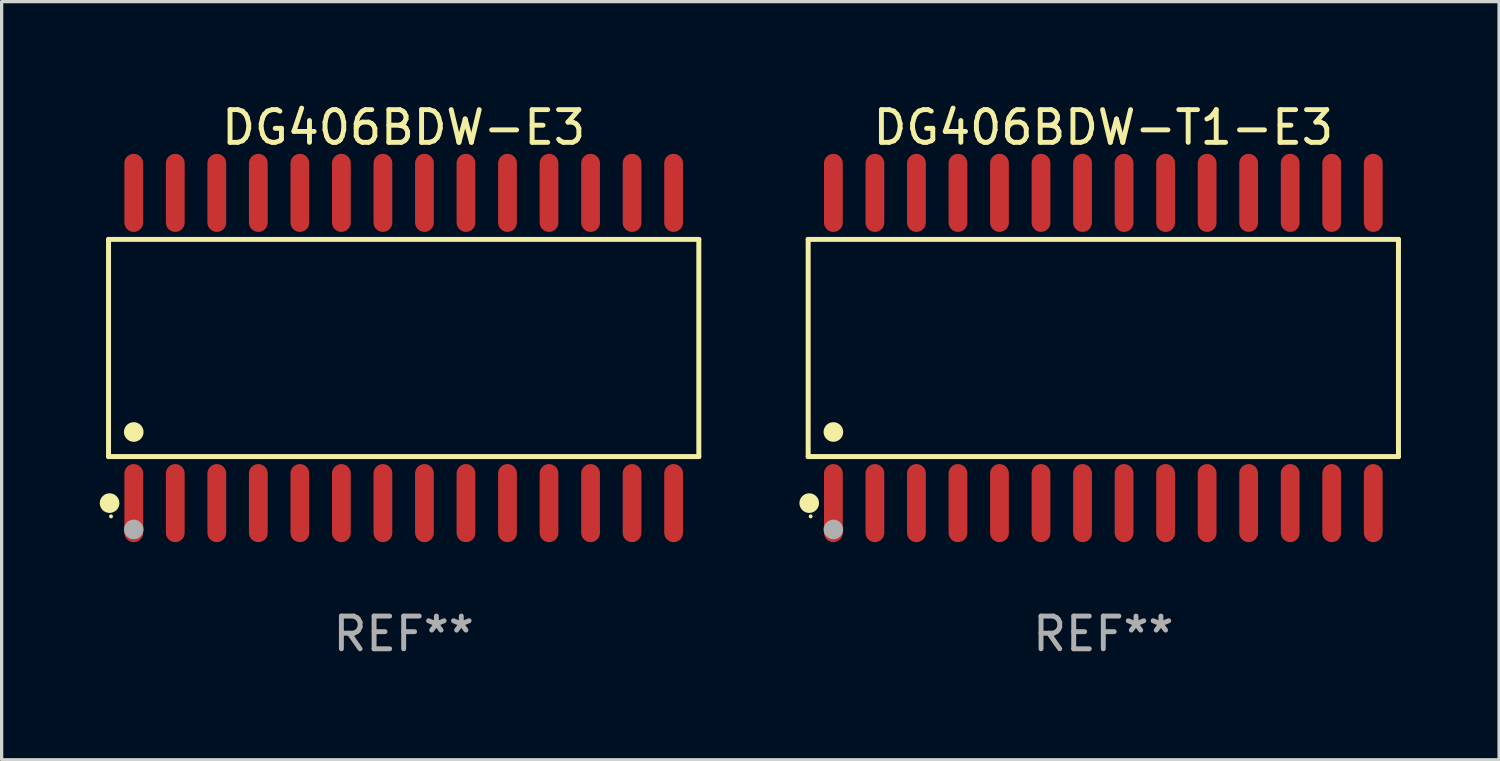
<source format=kicad_pcb>
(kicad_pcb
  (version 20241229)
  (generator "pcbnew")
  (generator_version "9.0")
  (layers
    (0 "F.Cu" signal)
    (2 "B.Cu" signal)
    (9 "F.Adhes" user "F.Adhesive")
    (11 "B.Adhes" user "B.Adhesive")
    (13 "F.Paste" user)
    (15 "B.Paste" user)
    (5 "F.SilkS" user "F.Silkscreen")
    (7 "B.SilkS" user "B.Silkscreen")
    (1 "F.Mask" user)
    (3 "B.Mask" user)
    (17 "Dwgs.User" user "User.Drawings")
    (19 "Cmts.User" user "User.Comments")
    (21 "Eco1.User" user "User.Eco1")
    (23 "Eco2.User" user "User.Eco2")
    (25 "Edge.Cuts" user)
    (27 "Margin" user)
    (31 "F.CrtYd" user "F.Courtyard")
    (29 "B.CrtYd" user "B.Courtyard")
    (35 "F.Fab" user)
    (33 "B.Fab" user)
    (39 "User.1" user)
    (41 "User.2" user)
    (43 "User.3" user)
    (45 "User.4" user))
  (footprint "DG406BDW-T1-E3"
    (layer "F.Cu")
    (at 30.691 7.592)
    (property "Reference" "DG406BDW-T1-E3" (at 0 -6.744 0) (layer "F.SilkS") (effects (font (size 1 1) (thickness 0.15))))
    (attr through_hole)
    (fp_line (start -9.026 -3.321) (end 9.026 -3.321) (stroke (width 0.152) (type solid)) (layer "F.SilkS"))
    (fp_line (start -9.026 3.321) (end -9.026 -3.321) (stroke (width 0.152) (type solid)) (layer "F.SilkS"))
    (fp_line (start 9.026 -3.321) (end 9.026 3.321) (stroke (width 0.152) (type solid)) (layer "F.SilkS"))
    (fp_line (start 9.026 3.321) (end -9.026 3.321) (stroke (width 0.152) (type solid)) (layer "F.SilkS"))
    (fp_circle (center -8.994 4.744) (end -8.844 4.744) (stroke (width 0.3) (type solid)) (fill no) (layer "F.SilkS"))
    (fp_circle (center -8.95 5.15) (end -8.92 5.15) (stroke (width 0.06) (type solid)) (fill no) (layer "F.SilkS"))
    (fp_circle (center -8.255 2.569) (end -8.105 2.569) (stroke (width 0.3) (type solid)) (fill no) (layer "F.SilkS"))
    (fp_circle (center -8.255 5.55) (end -8.105 5.55) (stroke (width 0.3) (type solid)) (fill no) (layer "F.Fab"))
    (fp_text user "REF**" (at 0 8.744 0) (layer "F.Fab") (effects (font (size 1 1) (thickness 0.15))))
    (pad "1" smd oval (at -8.255 4.744) (size 0.574 2.388) (layers "F.Cu" "F.Mask" "F.Paste"))
    (pad "2" smd oval (at -6.985 4.744) (size 0.574 2.388) (layers "F.Cu" "F.Mask" "F.Paste"))
    (pad "3" smd oval (at -5.715 4.744) (size 0.574 2.388) (layers "F.Cu" "F.Mask" "F.Paste"))
    (pad "4" smd oval (at -4.445 4.744) (size 0.574 2.388) (layers "F.Cu" "F.Mask" "F.Paste"))
    (pad "5" smd oval (at -3.175 4.744) (size 0.574 2.388) (layers "F.Cu" "F.Mask" "F.Paste"))
    (pad "6" smd oval (at -1.905 4.744) (size 0.574 2.388) (layers "F.Cu" "F.Mask" "F.Paste"))
    (pad "7" smd oval (at -0.635 4.744) (size 0.574 2.388) (layers "F.Cu" "F.Mask" "F.Paste"))
    (pad "8" smd oval (at 0.635 4.744) (size 0.574 2.388) (layers "F.Cu" "F.Mask" "F.Paste"))
    (pad "9" smd oval (at 1.905 4.744) (size 0.574 2.388) (layers "F.Cu" "F.Mask" "F.Paste"))
    (pad "10" smd oval (at 3.175 4.744) (size 0.574 2.388) (layers "F.Cu" "F.Mask" "F.Paste"))
    (pad "11" smd oval (at 4.445 4.744) (size 0.574 2.388) (layers "F.Cu" "F.Mask" "F.Paste"))
    (pad "12" smd oval (at 5.715 4.744) (size 0.574 2.388) (layers "F.Cu" "F.Mask" "F.Paste"))
    (pad "13" smd oval (at 6.985 4.744) (size 0.574 2.388) (layers "F.Cu" "F.Mask" "F.Paste"))
    (pad "14" smd oval (at 8.255 4.744) (size 0.574 2.388) (layers "F.Cu" "F.Mask" "F.Paste"))
    (pad "15" smd oval (at 8.255 -4.744) (size 0.574 2.388) (layers "F.Cu" "F.Mask" "F.Paste"))
    (pad "16" smd oval (at 6.985 -4.744) (size 0.574 2.388) (layers "F.Cu" "F.Mask" "F.Paste"))
    (pad "17" smd oval (at 5.715 -4.744) (size 0.574 2.388) (layers "F.Cu" "F.Mask" "F.Paste"))
    (pad "18" smd oval (at 4.445 -4.744) (size 0.574 2.388) (layers "F.Cu" "F.Mask" "F.Paste"))
    (pad "19" smd oval (at 3.175 -4.744) (size 0.574 2.388) (layers "F.Cu" "F.Mask" "F.Paste"))
    (pad "20" smd oval (at 1.905 -4.744) (size 0.574 2.388) (layers "F.Cu" "F.Mask" "F.Paste"))
    (pad "21" smd oval (at 0.635 -4.744) (size 0.574 2.388) (layers "F.Cu" "F.Mask" "F.Paste"))
    (pad "22" smd oval (at -0.635 -4.744) (size 0.574 2.388) (layers "F.Cu" "F.Mask" "F.Paste"))
    (pad "23" smd oval (at -1.905 -4.744) (size 0.574 2.388) (layers "F.Cu" "F.Mask" "F.Paste"))
    (pad "24" smd oval (at -3.175 -4.744) (size 0.574 2.388) (layers "F.Cu" "F.Mask" "F.Paste"))
    (pad "25" smd oval (at -4.445 -4.744) (size 0.574 2.388) (layers "F.Cu" "F.Mask" "F.Paste"))
    (pad "26" smd oval (at -5.715 -4.744) (size 0.574 2.388) (layers "F.Cu" "F.Mask" "F.Paste"))
    (pad "27" smd oval (at -6.985 -4.744) (size 0.574 2.388) (layers "F.Cu" "F.Mask" "F.Paste"))
    (pad "28" smd oval (at -8.255 -4.744) (size 0.574 2.388) (layers "F.Cu" "F.Mask" "F.Paste")))
  (footprint "DG406BDW-E3"
    (layer "F.Cu")
    (at 9.295 7.592)
    (property "Reference" "DG406BDW-E3" (at 0 -6.744 0) (layer "F.SilkS") (effects (font (size 1 1) (thickness 0.15))))
    (attr through_hole)
    (fp_line (start -9.026 -3.321) (end 9.026 -3.321) (stroke (width 0.152) (type solid)) (layer "F.SilkS"))
    (fp_line (start -9.026 3.321) (end -9.026 -3.321) (stroke (width 0.152) (type solid)) (layer "F.SilkS"))
    (fp_line (start 9.026 -3.321) (end 9.026 3.321) (stroke (width 0.152) (type solid)) (layer "F.SilkS"))
    (fp_line (start 9.026 3.321) (end -9.026 3.321) (stroke (width 0.152) (type solid)) (layer "F.SilkS"))
    (fp_circle (center -8.994 4.744) (end -8.844 4.744) (stroke (width 0.3) (type solid)) (fill no) (layer "F.SilkS"))
    (fp_circle (center -8.95 5.15) (end -8.92 5.15) (stroke (width 0.06) (type solid)) (fill no) (layer "F.SilkS"))
    (fp_circle (center -8.255 2.569) (end -8.105 2.569) (stroke (width 0.3) (type solid)) (fill no) (layer "F.SilkS"))
    (fp_circle (center -8.255 5.55) (end -8.105 5.55) (stroke (width 0.3) (type solid)) (fill no) (layer "F.Fab"))
    (fp_text user "REF**" (at 0 8.744 0) (layer "F.Fab") (effects (font (size 1 1) (thickness 0.15))))
    (pad "1" smd oval (at -8.255 4.744) (size 0.574 2.388) (layers "F.Cu" "F.Mask" "F.Paste"))
    (pad "2" smd oval (at -6.985 4.744) (size 0.574 2.388) (layers "F.Cu" "F.Mask" "F.Paste"))
    (pad "3" smd oval (at -5.715 4.744) (size 0.574 2.388) (layers "F.Cu" "F.Mask" "F.Paste"))
    (pad "4" smd oval (at -4.445 4.744) (size 0.574 2.388) (layers "F.Cu" "F.Mask" "F.Paste"))
    (pad "5" smd oval (at -3.175 4.744) (size 0.574 2.388) (layers "F.Cu" "F.Mask" "F.Paste"))
    (pad "6" smd oval (at -1.905 4.744) (size 0.574 2.388) (layers "F.Cu" "F.Mask" "F.Paste"))
    (pad "7" smd oval (at -0.635 4.744) (size 0.574 2.388) (layers "F.Cu" "F.Mask" "F.Paste"))
    (pad "8" smd oval (at 0.635 4.744) (size 0.574 2.388) (layers "F.Cu" "F.Mask" "F.Paste"))
    (pad "9" smd oval (at 1.905 4.744) (size 0.574 2.388) (layers "F.Cu" "F.Mask" "F.Paste"))
    (pad "10" smd oval (at 3.175 4.744) (size 0.574 2.388) (layers "F.Cu" "F.Mask" "F.Paste"))
    (pad "11" smd oval (at 4.445 4.744) (size 0.574 2.388) (layers "F.Cu" "F.Mask" "F.Paste"))
    (pad "12" smd oval (at 5.715 4.744) (size 0.574 2.388) (layers "F.Cu" "F.Mask" "F.Paste"))
    (pad "13" smd oval (at 6.985 4.744) (size 0.574 2.388) (layers "F.Cu" "F.Mask" "F.Paste"))
    (pad "14" smd oval (at 8.255 4.744) (size 0.574 2.388) (layers "F.Cu" "F.Mask" "F.Paste"))
    (pad "15" smd oval (at 8.255 -4.744) (size 0.574 2.388) (layers "F.Cu" "F.Mask" "F.Paste"))
    (pad "16" smd oval (at 6.985 -4.744) (size 0.574 2.388) (layers "F.Cu" "F.Mask" "F.Paste"))
    (pad "17" smd oval (at 5.715 -4.744) (size 0.574 2.388) (layers "F.Cu" "F.Mask" "F.Paste"))
    (pad "18" smd oval (at 4.445 -4.744) (size 0.574 2.388) (layers "F.Cu" "F.Mask" "F.Paste"))
    (pad "19" smd oval (at 3.175 -4.744) (size 0.574 2.388) (layers "F.Cu" "F.Mask" "F.Paste"))
    (pad "20" smd oval (at 1.905 -4.744) (size 0.574 2.388) (layers "F.Cu" "F.Mask" "F.Paste"))
    (pad "21" smd oval (at 0.635 -4.744) (size 0.574 2.388) (layers "F.Cu" "F.Mask" "F.Paste"))
    (pad "22" smd oval (at -0.635 -4.744) (size 0.574 2.388) (layers "F.Cu" "F.Mask" "F.Paste"))
    (pad "23" smd oval (at -1.905 -4.744) (size 0.574 2.388) (layers "F.Cu" "F.Mask" "F.Paste"))
    (pad "24" smd oval (at -3.175 -4.744) (size 0.574 2.388) (layers "F.Cu" "F.Mask" "F.Paste"))
    (pad "25" smd oval (at -4.445 -4.744) (size 0.574 2.388) (layers "F.Cu" "F.Mask" "F.Paste"))
    (pad "26" smd oval (at -5.715 -4.744) (size 0.574 2.388) (layers "F.Cu" "F.Mask" "F.Paste"))
    (pad "27" smd oval (at -6.985 -4.744) (size 0.574 2.388) (layers "F.Cu" "F.Mask" "F.Paste"))
    (pad "28" smd oval (at -8.255 -4.744) (size 0.574 2.388) (layers "F.Cu" "F.Mask" "F.Paste")))
  (gr_rect
    (start -3 -3)
    (end 42.794 20.184)
    (stroke (width 0.1) (type default))
    (fill no)
    (layer "Edge.Cuts")))
</source>
